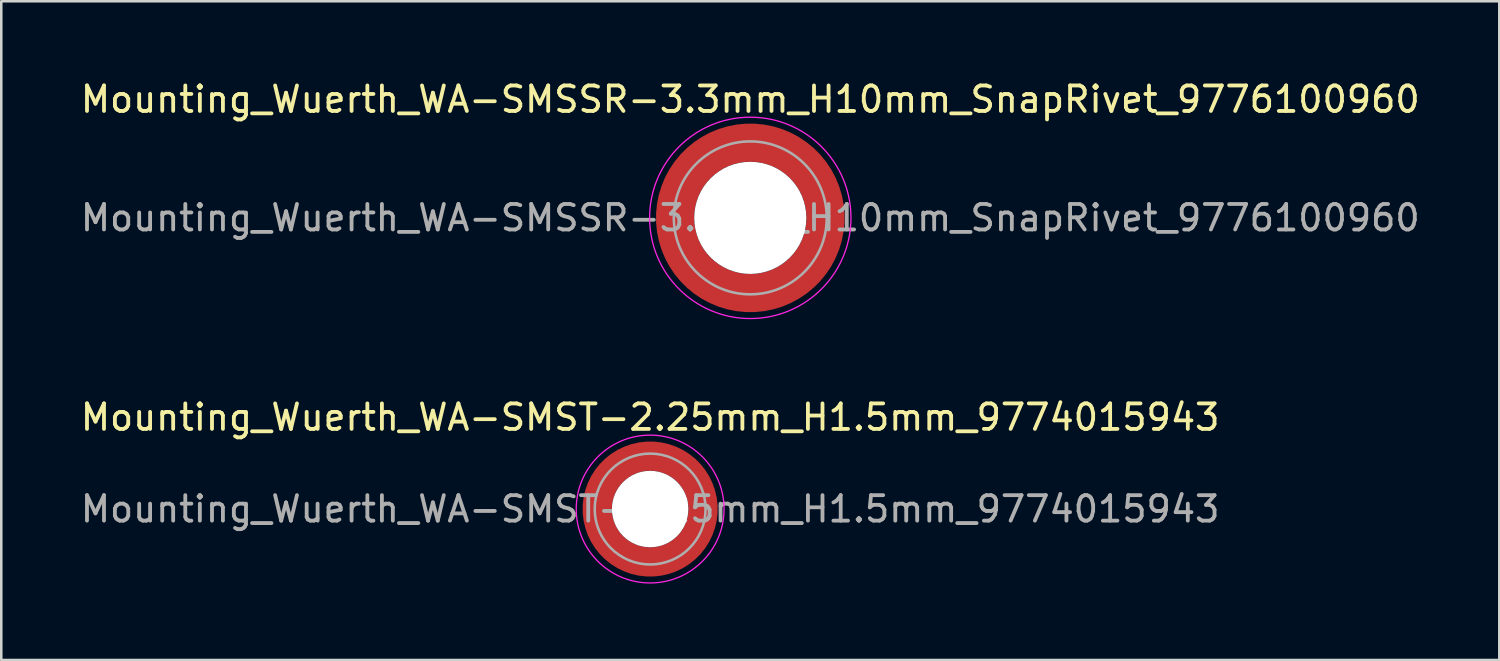
<source format=kicad_pcb>
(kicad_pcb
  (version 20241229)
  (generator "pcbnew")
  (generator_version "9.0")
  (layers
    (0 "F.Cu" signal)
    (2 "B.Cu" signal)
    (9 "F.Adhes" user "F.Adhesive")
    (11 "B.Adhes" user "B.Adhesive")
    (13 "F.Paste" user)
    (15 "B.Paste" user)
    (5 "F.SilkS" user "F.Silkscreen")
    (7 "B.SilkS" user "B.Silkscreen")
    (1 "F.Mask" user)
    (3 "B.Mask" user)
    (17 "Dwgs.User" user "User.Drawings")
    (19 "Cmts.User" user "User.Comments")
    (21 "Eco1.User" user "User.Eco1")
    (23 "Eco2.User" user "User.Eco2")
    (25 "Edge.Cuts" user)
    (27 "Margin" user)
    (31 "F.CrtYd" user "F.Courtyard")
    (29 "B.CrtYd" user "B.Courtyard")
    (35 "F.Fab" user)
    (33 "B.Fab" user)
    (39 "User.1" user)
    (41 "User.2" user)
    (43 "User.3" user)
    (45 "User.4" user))
  (footprint "Mounting_Wuerth_WA-SMSSR-3.3mm_H10mm_SnapRivet_9776100960"
    (layer "F.Cu")
    (at 26.387 5.498)
    (property "Reference" "Mounting_Wuerth_WA-SMSSR-3.3mm_H10mm_SnapRivet_9776100960" (at 0 -4.65 0) (layer "F.SilkS") (effects (font (size 1 1) (thickness 0.15))))
    (attr smd)
    (fp_circle (center 0 0) (end 3.95 0) (stroke (width 0.05) (type solid)) (fill no) (layer "F.CrtYd"))
    (fp_circle (center 0 0) (end 3 0) (stroke (width 0.1) (type solid)) (fill no) (layer "F.Fab"))
    (fp_text user "${REFERENCE}" (at 0 0 0) (layer "F.Fab") (effects (font (size 1 1) (thickness 0.15))))
    (pad "" smd custom (at -2.077 -2.077) (size 0.995 0.995) (layers "F.Paste") (options (anchor circle)) (primitives (gr_arc (start -0.208831 1.577126) (mid 0.422144 0.422848) (end 1.576154 -0.208618) (width 0.2)) (gr_arc (start -0.310669 1.577126) (mid 0.35138 0.35278) (end 1.575188 -0.310262) (width 0.2)) (gr_arc (start -0.412325 1.577126) (mid 0.280305 0.283024) (end 1.573357 -0.411565) (width 0.2)) (gr_arc (start -0.51382 1.577126) (mid 0.210358 0.212139) (end 1.574653 -0.513342) (width 0.2)) (gr_arc (start -0.615172 1.577126) (mid 0.139846 0.141818) (end 1.574384 -0.614661) (width 0.2)) (gr_arc (start -0.716397 1.577126) (mid 0.070334 0.070498) (end 1.576898 -0.716356) (width 0.2)) (gr_arc (start -0.817508 1.577126) (mid -0.001805 0.001807) (end 1.572094 -0.816633) (width 0.2)) (gr_arc (start -0.918517 1.577126) (mid -0.071322 -0.06951) (end 1.574599 -0.918094) (width 0.2)) (gr_arc (start -1.019433 1.577126) (mid -0.141902 -0.139762) (end 1.574138 -1.018949) (width 0.2)) (gr_arc (start -1.120266 1.577126) (mid -0.211736 -0.210761) (end 1.575763 -1.120053) (width 0.2)) (gr_arc (start -1.221022 1.577126) (mid -0.282882 -0.280446) (end 1.57372 -1.220505) (width 0.2)) (gr_arc (start -1.32171 1.577126) (mid -0.353407 -0.350753) (end 1.573414 -1.321162) (width 0.2)) (gr_arc (start -1.422335 1.577126) (mid -0.423311 -0.421682) (end 1.574846 -1.422009) (width 0.2)) (gr_line (start 1.577 -0.209) (end 1.577 -1.422) (width 0.2)) (gr_line (start -0.209 1.577) (end -1.422 1.577) (width 0.2))))
    (pad "" smd custom (at -2.077 2.077) (size 0.995 0.995) (layers "F.Paste") (options (anchor circle)) (primitives (gr_arc (start 1.577126 0.208831) (mid 0.422848 -0.422144) (end -0.208618 -1.576154) (width 0.2)) (gr_arc (start 1.577126 0.310669) (mid 0.35278 -0.35138) (end -0.310262 -1.575188) (width 0.2)) (gr_arc (start 1.577126 0.412325) (mid 0.283024 -0.280305) (end -0.411565 -1.573357) (width 0.2)) (gr_arc (start 1.577126 0.51382) (mid 0.212139 -0.210358) (end -0.513342 -1.574653) (width 0.2)) (gr_arc (start 1.577126 0.615172) (mid 0.141818 -0.139846) (end -0.614661 -1.574384) (width 0.2)) (gr_arc (start 1.577126 0.716397) (mid 0.070498 -0.070334) (end -0.716356 -1.576898) (width 0.2)) (gr_arc (start 1.577126 0.817508) (mid 0.001807 0.001805) (end -0.816633 -1.572094) (width 0.2)) (gr_arc (start 1.577126 0.918517) (mid -0.06951 0.071322) (end -0.918094 -1.574599) (width 0.2)) (gr_arc (start 1.577126 1.019433) (mid -0.139762 0.141902) (end -1.018949 -1.574138) (width 0.2)) (gr_arc (start 1.577126 1.120266) (mid -0.210761 0.211736) (end -1.120053 -1.575763) (width 0.2)) (gr_arc (start 1.577126 1.221022) (mid -0.280446 0.282882) (end -1.220505 -1.57372) (width 0.2)) (gr_arc (start 1.577126 1.32171) (mid -0.350753 0.353407) (end -1.321162 -1.573414) (width 0.2)) (gr_arc (start 1.577126 1.422335) (mid -0.421682 0.423311) (end -1.422009 -1.574846) (width 0.2)) (gr_line (start -0.209 -1.577) (end -1.422 -1.577) (width 0.2)) (gr_line (start 1.577 0.209) (end 1.577 1.422) (width 0.2))))
    (pad "" np_thru_hole circle (at 0 0) (size 4.4 4.4) (drill 4.4) (layers "*.Cu" "*.Mask"))
    (pad "" smd custom (at 2.077 -2.077) (size 0.995 0.995) (layers "F.Paste") (options (anchor circle)) (primitives (gr_arc (start -1.577126 -0.208831) (mid -0.422848 0.422144) (end 0.208618 1.576154) (width 0.2)) (gr_arc (start -1.577126 -0.310669) (mid -0.35278 0.35138) (end 0.310262 1.575188) (width 0.2)) (gr_arc (start -1.577126 -0.412325) (mid -0.283024 0.280305) (end 0.411565 1.573357) (width 0.2)) (gr_arc (start -1.577126 -0.51382) (mid -0.212139 0.210358) (end 0.513342 1.574653) (width 0.2)) (gr_arc (start -1.577126 -0.615172) (mid -0.141818 0.139846) (end 0.614661 1.574384) (width 0.2)) (gr_arc (start -1.577126 -0.716397) (mid -0.070498 0.070334) (end 0.716356 1.576898) (width 0.2)) (gr_arc (start -1.577126 -0.817508) (mid -0.001807 -0.001805) (end 0.816633 1.572094) (width 0.2)) (gr_arc (start -1.577126 -0.918517) (mid 0.06951 -0.071322) (end 0.918094 1.574599) (width 0.2)) (gr_arc (start -1.577126 -1.019433) (mid 0.139762 -0.141902) (end 1.018949 1.574138) (width 0.2)) (gr_arc (start -1.577126 -1.120266) (mid 0.210761 -0.211736) (end 1.120053 1.575763) (width 0.2)) (gr_arc (start -1.577126 -1.221022) (mid 0.280446 -0.282882) (end 1.220505 1.57372) (width 0.2)) (gr_arc (start -1.577126 -1.32171) (mid 0.350753 -0.353407) (end 1.321162 1.573414) (width 0.2)) (gr_arc (start -1.577126 -1.422335) (mid 0.421682 -0.423311) (end 1.422009 1.574846) (width 0.2)) (gr_line (start 0.209 1.577) (end 1.422 1.577) (width 0.2)) (gr_line (start -1.577 -0.209) (end -1.577 -1.422) (width 0.2))))
    (pad "" smd custom (at 2.077 2.077) (size 0.995 0.995) (layers "F.Paste") (options (anchor circle)) (primitives (gr_arc (start 0.208831 -1.577126) (mid -0.422144 -0.422848) (end -1.576154 0.208618) (width 0.2)) (gr_arc (start 0.310669 -1.577126) (mid -0.35138 -0.35278) (end -1.575188 0.310262) (width 0.2)) (gr_arc (start 0.412325 -1.577126) (mid -0.280305 -0.283024) (end -1.573357 0.411565) (width 0.2)) (gr_arc (start 0.51382 -1.577126) (mid -0.210358 -0.212139) (end -1.574653 0.513342) (width 0.2)) (gr_arc (start 0.615172 -1.577126) (mid -0.139846 -0.141818) (end -1.574384 0.614661) (width 0.2)) (gr_arc (start 0.716397 -1.577126) (mid -0.070334 -0.070498) (end -1.576898 0.716356) (width 0.2)) (gr_arc (start 0.817508 -1.577126) (mid 0.001805 -0.001807) (end -1.572094 0.816633) (width 0.2)) (gr_arc (start 0.918517 -1.577126) (mid 0.071322 0.06951) (end -1.574599 0.918094) (width 0.2)) (gr_arc (start 1.019433 -1.577126) (mid 0.141902 0.139762) (end -1.574138 1.018949) (width 0.2)) (gr_arc (start 1.120266 -1.577126) (mid 0.211736 0.210761) (end -1.575763 1.120053) (width 0.2)) (gr_arc (start 1.221022 -1.577126) (mid 0.282882 0.280446) (end -1.57372 1.220505) (width 0.2)) (gr_arc (start 1.32171 -1.577126) (mid 0.353407 0.350753) (end -1.573414 1.321162) (width 0.2)) (gr_arc (start 1.422335 -1.577126) (mid 0.423311 0.421682) (end -1.574846 1.422009) (width 0.2)) (gr_line (start -1.577 0.209) (end -1.577 1.422) (width 0.2)) (gr_line (start 0.209 -1.577) (end 1.422 -1.577) (width 0.2))))
    (pad "1" smd circle (at -2.95 0) (size 1.1 1.1) (layers "F.Cu"))
    (pad "1" smd circle (at 0 -2.95) (size 1.1 1.1) (layers "F.Cu"))
    (pad "1" smd circle (at 0 2.95) (size 1.1 1.1) (layers "F.Cu"))
    (pad "1" smd custom (at 2.95 0) (size 1.1 1.1) (layers "F.Cu" "F.Mask") (options (anchor circle)) (primitives (gr_circle (center -2.95 0) (end 0 0) (width 1.5) (fill no)))))
  (footprint "Mounting_Wuerth_WA-SMST-2.25mm_H1.5mm_9774015943"
    (layer "F.Cu")
    (at 22.458 16.922)
    (property "Reference" "Mounting_Wuerth_WA-SMST-2.25mm_H1.5mm_9774015943" (at 0 -3.6 0) (layer "F.SilkS") (effects (font (size 1 1) (thickness 0.15))))
    (attr smd)
    (fp_circle (center 0 0) (end 2.9 0) (stroke (width 0.05) (type solid)) (fill no) (layer "F.CrtYd"))
    (fp_circle (center 0 0) (end 2.175 0) (stroke (width 0.1) (type solid)) (fill no) (layer "F.Fab"))
    (fp_text user "${REFERENCE}" (at 0 0 0) (layer "F.Fab") (effects (font (size 1 1) (thickness 0.15))))
    (pad "" smd custom (at -1.453 -1.453) (size 0.61 0.61) (layers "F.Paste") (options (anchor circle)) (primitives (gr_arc (start -0.147677 1.053104) (mid 0.285964 0.286792) (end 1.051968 -0.147393) (width 0.2)) (gr_arc (start -0.240295 1.053104) (mid 0.22253 0.222946) (end 1.052531 -0.24016) (width 0.2)) (gr_arc (start -0.332645 1.053104) (mid 0.158548 0.15965) (end 1.051583 -0.332304) (width 0.2)) (gr_arc (start -0.424767 1.053104) (mid 0.09486 0.096059) (end 1.051446 -0.424413) (width 0.2)) (gr_arc (start -0.516693 1.053104) (mid 0.031293 0.032346) (end 1.051645 -0.516396) (width 0.2)) (gr_arc (start -0.608448 1.053104) (mid -0.032323 -0.031316) (end 1.051707 -0.608176) (width 0.2)) (gr_arc (start -0.700056 1.053104) (mid -0.09616 -0.094758) (end 1.051155 -0.699693) (width 0.2)) (gr_arc (start -0.791534 1.053104) (mid -0.160388 -0.15781) (end 1.049515 -0.790891) (width 0.2)) (gr_arc (start -0.882896 1.053104) (mid -0.223713 -0.221764) (end 1.050388 -0.882429) (width 0.2)) (gr_arc (start -0.974157 1.053104) (mid -0.287654 -0.2851) (end 1.049541 -0.973566) (width 0.2)) (gr_line (start 1.053 -0.148) (end 1.053 -0.974) (width 0.2)) (gr_line (start -0.148 1.053) (end -0.974 1.053) (width 0.2))))
    (pad "" smd custom (at -1.453 1.453) (size 0.61 0.61) (layers "F.Paste") (options (anchor circle)) (primitives (gr_arc (start 1.053104 0.147677) (mid 0.286792 -0.285964) (end -0.147393 -1.051968) (width 0.2)) (gr_arc (start 1.053104 0.240295) (mid 0.222946 -0.22253) (end -0.24016 -1.052531) (width 0.2)) (gr_arc (start 1.053104 0.332645) (mid 0.15965 -0.158548) (end -0.332304 -1.051583) (width 0.2)) (gr_arc (start 1.053104 0.424767) (mid 0.096059 -0.09486) (end -0.424413 -1.051446) (width 0.2)) (gr_arc (start 1.053104 0.516693) (mid 0.032346 -0.031293) (end -0.516396 -1.051645) (width 0.2)) (gr_arc (start 1.053104 0.608448) (mid -0.031316 0.032323) (end -0.608176 -1.051707) (width 0.2)) (gr_arc (start 1.053104 0.700056) (mid -0.094758 0.09616) (end -0.699693 -1.051155) (width 0.2)) (gr_arc (start 1.053104 0.791534) (mid -0.15781 0.160388) (end -0.790891 -1.049515) (width 0.2)) (gr_arc (start 1.053104 0.882896) (mid -0.221765 0.223713) (end -0.882429 -1.050388) (width 0.2)) (gr_arc (start 1.053104 0.974157) (mid -0.2851 0.287654) (end -0.973566 -1.049541) (width 0.2)) (gr_line (start -0.148 -1.053) (end -0.974 -1.053) (width 0.2)) (gr_line (start 1.053 0.148) (end 1.053 0.974) (width 0.2))))
    (pad "" np_thru_hole circle (at 0 0) (size 3 3) (drill 3) (layers "*.Cu" "*.Mask"))
    (pad "" smd custom (at 1.453 -1.453) (size 0.61 0.61) (layers "F.Paste") (options (anchor circle)) (primitives (gr_arc (start -1.053104 -0.147677) (mid -0.286792 0.285964) (end 0.147393 1.051968) (width 0.2)) (gr_arc (start -1.053104 -0.240295) (mid -0.222946 0.22253) (end 0.24016 1.052531) (width 0.2)) (gr_arc (start -1.053104 -0.332645) (mid -0.15965 0.158548) (end 0.332304 1.051583) (width 0.2)) (gr_arc (start -1.053104 -0.424767) (mid -0.096059 0.09486) (end 0.424413 1.051446) (width 0.2)) (gr_arc (start -1.053104 -0.516693) (mid -0.032346 0.031293) (end 0.516396 1.051645) (width 0.2)) (gr_arc (start -1.053104 -0.608448) (mid 0.031316 -0.032323) (end 0.608176 1.051707) (width 0.2)) (gr_arc (start -1.053104 -0.700056) (mid 0.094758 -0.09616) (end 0.699693 1.051155) (width 0.2)) (gr_arc (start -1.053104 -0.791534) (mid 0.15781 -0.160388) (end 0.790891 1.049515) (width 0.2)) (gr_arc (start -1.053104 -0.882896) (mid 0.221764 -0.223713) (end 0.882429 1.050388) (width 0.2)) (gr_arc (start -1.053104 -0.974157) (mid 0.2851 -0.287654) (end 0.973566 1.049541) (width 0.2)) (gr_line (start 0.148 1.053) (end 0.974 1.053) (width 0.2)) (gr_line (start -1.053 -0.148) (end -1.053 -0.974) (width 0.2))))
    (pad "" smd custom (at 1.453 1.453) (size 0.61 0.61) (layers "F.Paste") (options (anchor circle)) (primitives (gr_arc (start 0.147677 -1.053104) (mid -0.285964 -0.286792) (end -1.051968 0.147393) (width 0.2)) (gr_arc (start 0.240295 -1.053104) (mid -0.22253 -0.222946) (end -1.052531 0.24016) (width 0.2)) (gr_arc (start 0.332645 -1.053104) (mid -0.158548 -0.15965) (end -1.051583 0.332304) (width 0.2)) (gr_arc (start 0.424767 -1.053104) (mid -0.09486 -0.096059) (end -1.051446 0.424413) (width 0.2)) (gr_arc (start 0.516693 -1.053104) (mid -0.031293 -0.032346) (end -1.051645 0.516396) (width 0.2)) (gr_arc (start 0.608448 -1.053104) (mid 0.032323 0.031316) (end -1.051707 0.608176) (width 0.2)) (gr_arc (start 0.700056 -1.053104) (mid 0.09616 0.094758) (end -1.051155 0.699693) (width 0.2)) (gr_arc (start 0.791534 -1.053104) (mid 0.160388 0.15781) (end -1.049515 0.790891) (width 0.2)) (gr_arc (start 0.882896 -1.053104) (mid 0.223713 0.221764) (end -1.050388 0.882429) (width 0.2)) (gr_arc (start 0.974157 -1.053104) (mid 0.287654 0.2851) (end -1.049541 0.973566) (width 0.2)) (gr_line (start -1.053 0.148) (end -1.053 0.974) (width 0.2)) (gr_line (start 0.148 -1.053) (end 0.974 -1.053) (width 0.2))))
    (pad "1" smd circle (at -2.075 0) (size 0.75 0.75) (layers "F.Cu"))
    (pad "1" smd circle (at 0 -2.075) (size 0.75 0.75) (layers "F.Cu"))
    (pad "1" smd circle (at 0 2.075) (size 0.75 0.75) (layers "F.Cu"))
    (pad "1" smd custom (at 2.075 0) (size 0.75 0.75) (layers "F.Cu" "F.Mask") (options (anchor circle)) (primitives (gr_circle (center -2.075 0) (end 0 0) (width 1.15) (fill no)))))
  (gr_rect
    (start -3 -3)
    (end 55.774 22.846)
    (stroke (width 0.1) (type default))
    (fill no)
    (layer "Edge.Cuts")))
</source>
